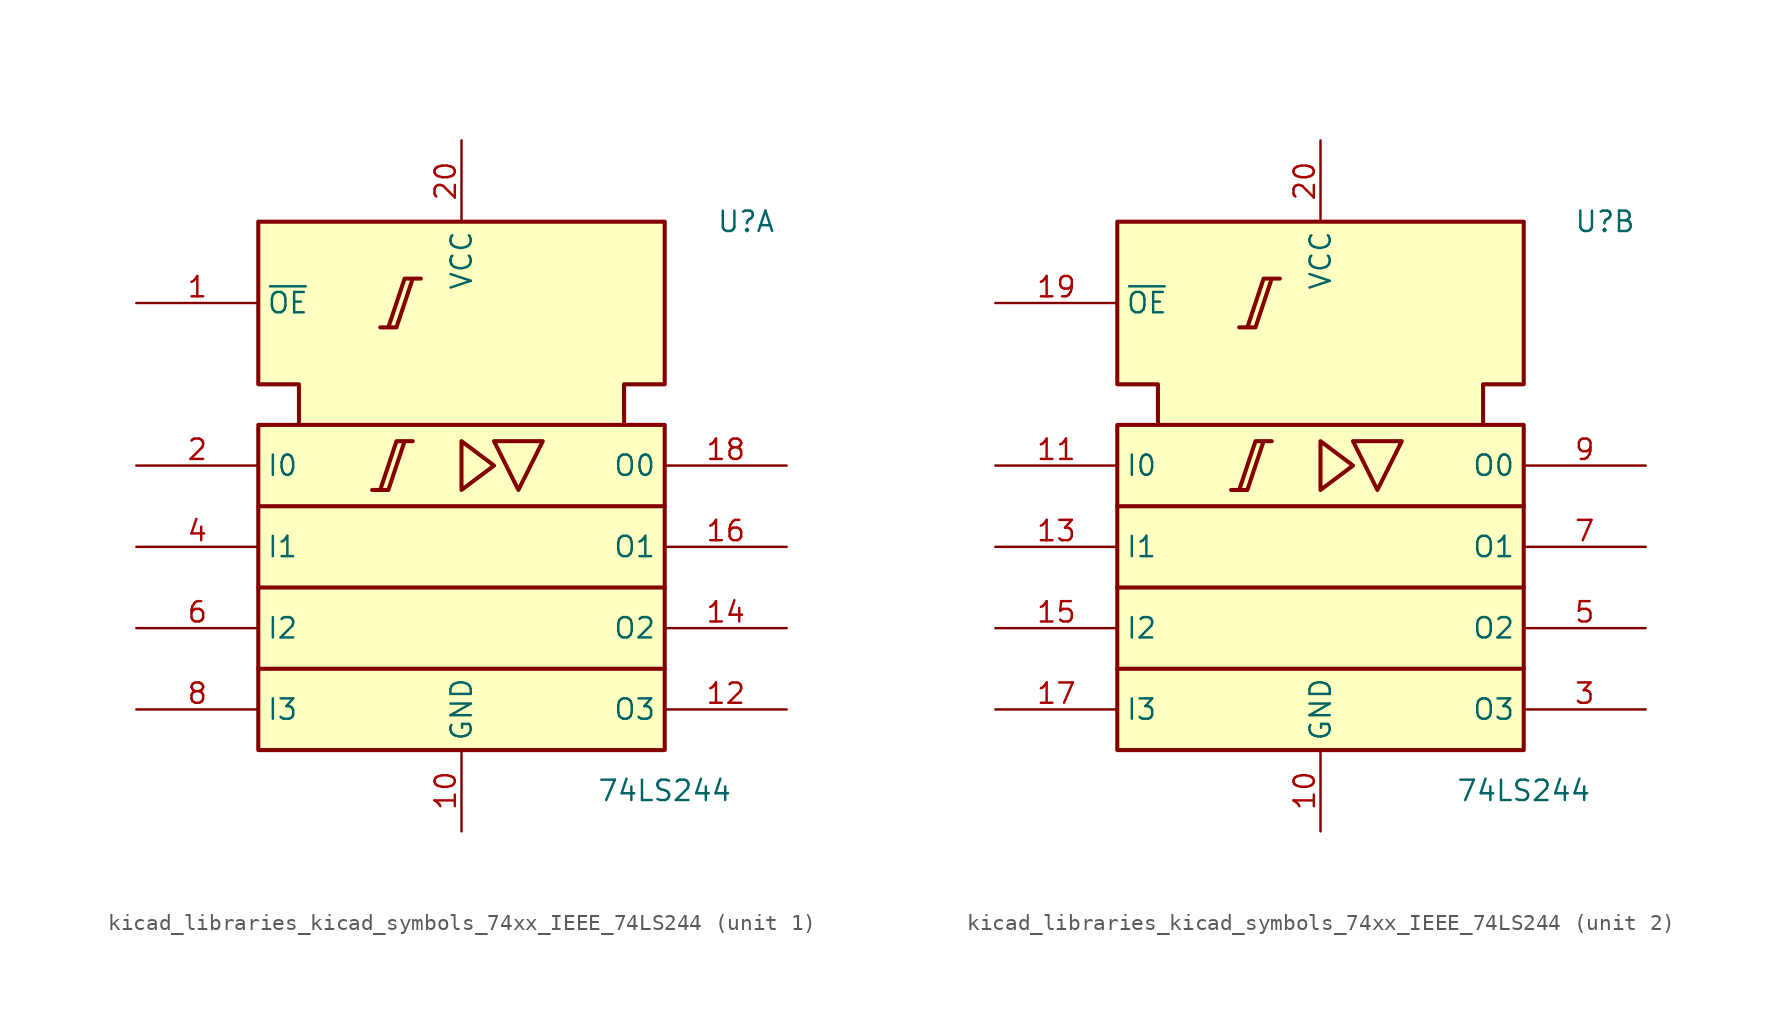
<source format=kicad_sym>
(kicad_symbol_lib
  (version 20220914)
  (generator kicad_symbol_editor)
  (symbol "kicad_libraries_kicad_symbols_74xx_IEEE_74LS244"
    (property "Reference" "U"
      (at 17.78 20.32 0)
      (effects (font (size 1.27 1.27))))
    (property "Value" "74LS244"
      (at 12.7 -15.24 0)
      (effects (font (size 1.27 1.27))))
    (symbol "kicad_libraries_kicad_symbols_74xx_IEEE_74LS244_0_0"
      (polyline (pts (xy 2.032 6.604) (xy 5.08 6.604) (xy 3.556 3.556) (xy 2.032 6.604) (xy 2.032 6.604)) (stroke (width 0.254) (type default)) (fill (type background)))
      (pin power_in line (at 0 -17.78 90) (length 5.08) (name "GND" (effects (font (size 1.27 1.27)))) (number "10" (effects (font (size 1.27 1.27)))))
      (pin power_in line (at 0 25.4 270) (length 5.08) (name "VCC" (effects (font (size 1.27 1.27)))) (number "20" (effects (font (size 1.27 1.27))))))
    (symbol "kicad_libraries_kicad_symbols_74xx_IEEE_74LS244_0_1"
      (rectangle (start -12.7 7.62) (end 12.7 -12.7) (stroke (width 0.254) (type default)) (fill (type background)))
      (polyline (pts (xy -12.7 -2.54) (xy 12.7 -2.54) (xy 12.7 -2.54)) (stroke (width 0.254) (type default)) (fill (type background)))
      (polyline (pts (xy 12.7 -7.62) (xy -12.7 -7.62) (xy -12.7 -7.62)) (stroke (width 0.254) (type default)) (fill (type background)))
      (polyline (pts (xy 12.7 2.54) (xy -12.7 2.54) (xy -12.7 2.54)) (stroke (width 0.254) (type default)) (fill (type background)))
      (polyline (pts (xy 0 6.604) (xy 0 3.556) (xy 2.032 5.08) (xy 0 6.604) (xy 0 6.604)) (stroke (width 0.254) (type default)) (fill (type background)))
      (polyline (pts (xy -5.588 3.556) (xy -4.572 3.556) (xy -3.556 6.604) (xy -3.048 6.604) (xy -4.064 6.604) (xy -5.08 3.556) (xy -5.08 3.556)) (stroke (width 0.254) (type default)) (fill (type background)))
      (polyline (pts (xy -5.08 13.716) (xy -4.064 13.716) (xy -3.048 16.764) (xy -2.54 16.764) (xy -3.556 16.764) (xy -4.572 13.716) (xy -4.572 13.716)) (stroke (width 0.254) (type default)) (fill (type background)))
      (polyline (pts (xy -10.16 7.62) (xy -10.16 10.16) (xy -12.7 10.16) (xy -12.7 20.32) (xy 12.7 20.32) (xy 12.7 10.16) (xy 10.16 10.16) (xy 10.16 7.62) (xy 10.16 7.62)) (stroke (width 0.254) (type default)) (fill (type background))))
    (symbol "kicad_libraries_kicad_symbols_74xx_IEEE_74LS244_1_1"
      (pin input line (at -20.32 15.24 0) (length 7.62) (name "~{OE}" (effects (font (size 1.27 1.27)))) (number "1" (effects (font (size 1.27 1.27)))))
      (pin tri_state line (at 20.32 -10.16 180) (length 7.62) (name "O3" (effects (font (size 1.27 1.27)))) (number "12" (effects (font (size 1.27 1.27)))))
      (pin tri_state line (at 20.32 -5.08 180) (length 7.62) (name "O2" (effects (font (size 1.27 1.27)))) (number "14" (effects (font (size 1.27 1.27)))))
      (pin tri_state line (at 20.32 0 180) (length 7.62) (name "O1" (effects (font (size 1.27 1.27)))) (number "16" (effects (font (size 1.27 1.27)))))
      (pin tri_state line (at 20.32 5.08 180) (length 7.62) (name "O0" (effects (font (size 1.27 1.27)))) (number "18" (effects (font (size 1.27 1.27)))))
      (pin input line (at -20.32 5.08 0) (length 7.62) (name "I0" (effects (font (size 1.27 1.27)))) (number "2" (effects (font (size 1.27 1.27)))))
      (pin input line (at -20.32 0 0) (length 7.62) (name "I1" (effects (font (size 1.27 1.27)))) (number "4" (effects (font (size 1.27 1.27)))))
      (pin input line (at -20.32 -5.08 0) (length 7.62) (name "I2" (effects (font (size 1.27 1.27)))) (number "6" (effects (font (size 1.27 1.27)))))
      (pin input line (at -20.32 -10.16 0) (length 7.62) (name "I3" (effects (font (size 1.27 1.27)))) (number "8" (effects (font (size 1.27 1.27))))))
    (symbol "kicad_libraries_kicad_symbols_74xx_IEEE_74LS244_2_1"
      (pin input line (at -20.32 5.08 0) (length 7.62) (name "I0" (effects (font (size 1.27 1.27)))) (number "11" (effects (font (size 1.27 1.27)))))
      (pin input line (at -20.32 0 0) (length 7.62) (name "I1" (effects (font (size 1.27 1.27)))) (number "13" (effects (font (size 1.27 1.27)))))
      (pin input line (at -20.32 -5.08 0) (length 7.62) (name "I2" (effects (font (size 1.27 1.27)))) (number "15" (effects (font (size 1.27 1.27)))))
      (pin input line (at -20.32 -10.16 0) (length 7.62) (name "I3" (effects (font (size 1.27 1.27)))) (number "17" (effects (font (size 1.27 1.27)))))
      (pin input line (at -20.32 15.24 0) (length 7.62) (name "~{OE}" (effects (font (size 1.27 1.27)))) (number "19" (effects (font (size 1.27 1.27)))))
      (pin tri_state line (at 20.32 -10.16 180) (length 7.62) (name "O3" (effects (font (size 1.27 1.27)))) (number "3" (effects (font (size 1.27 1.27)))))
      (pin tri_state line (at 20.32 -5.08 180) (length 7.62) (name "O2" (effects (font (size 1.27 1.27)))) (number "5" (effects (font (size 1.27 1.27)))))
      (pin tri_state line (at 20.32 0 180) (length 7.62) (name "O1" (effects (font (size 1.27 1.27)))) (number "7" (effects (font (size 1.27 1.27)))))
      (pin tri_state line (at 20.32 5.08 180) (length 7.62) (name "O0" (effects (font (size 1.27 1.27)))) (number "9" (effects (font (size 1.27 1.27))))))))
</source>
